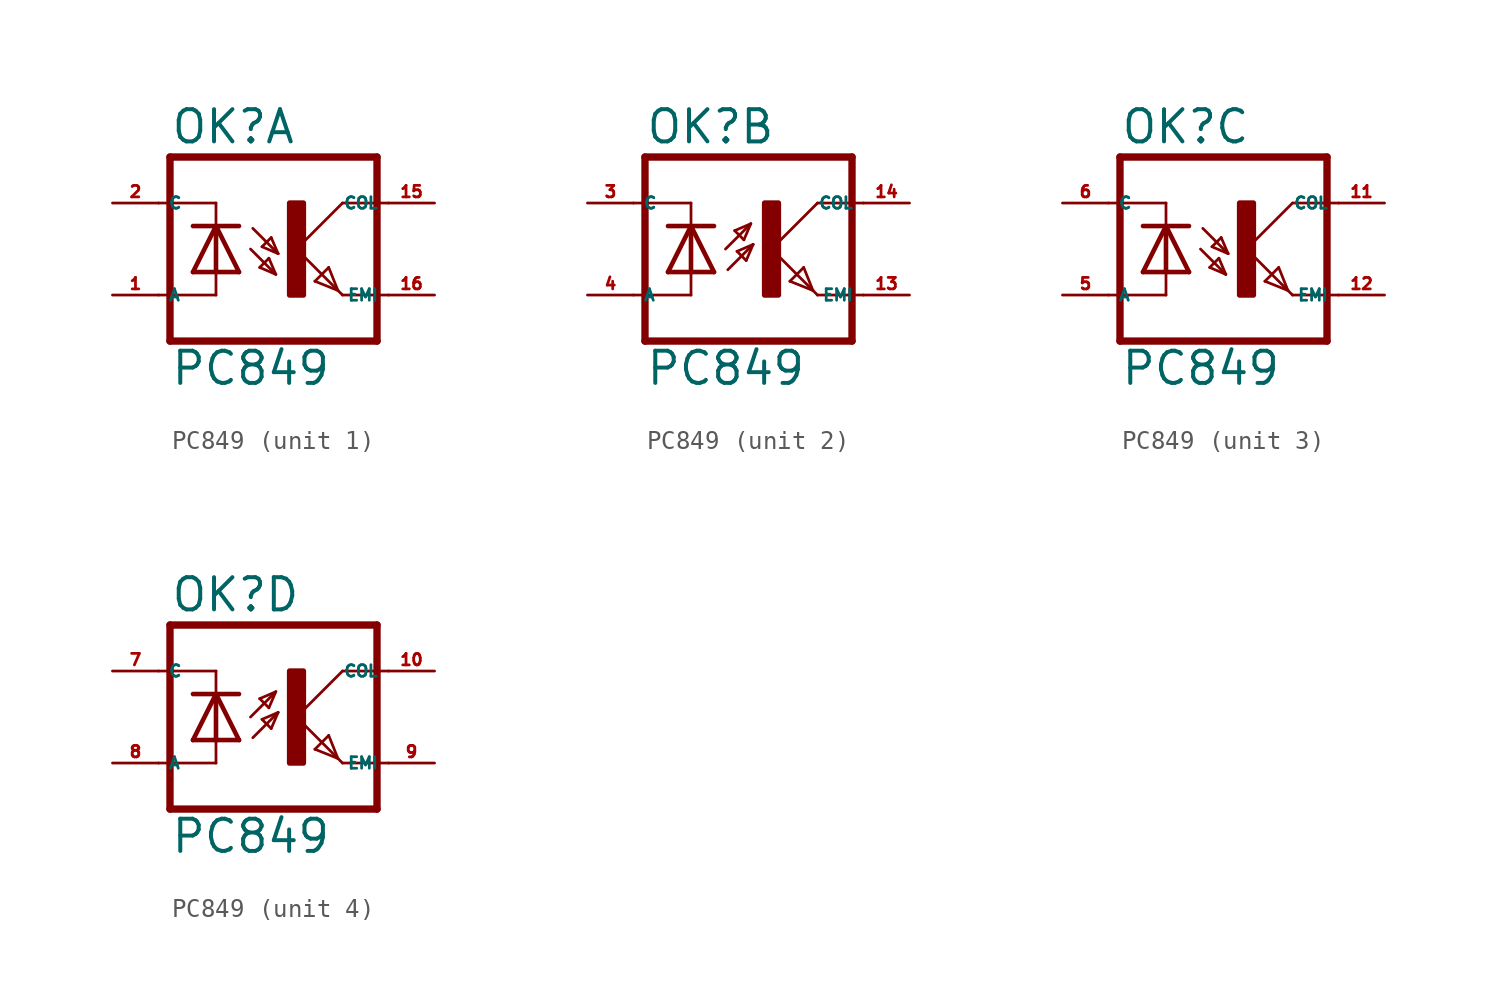
<source format=kicad_sym>
(kicad_symbol_lib
  (version 20220914)
  (generator kicad_symbol_editor)
  (symbol "PC849"
    (property "Reference" "OK"
      (at -6.985 5.715 0)
      (effects (font (size 1.778 1.778) (thickness 0.22)) (justify left bottom)))
    (property "Value" "PC849"
      (at -6.985 -7.62 0)
      (effects (font (size 1.778 1.778) (thickness 0.22)) (justify left bottom)))
    (symbol "PC849_1_0"
      (rectangle (start -0.381 -2.54) (end 0.381 2.54) (stroke (width 0.3) (type default)) (fill (type outline)))
      (polyline (pts (xy -6.985 -5.08) (xy -6.985 5.08)) (stroke (width 0.406) (type default)) (fill (type none)))
      (polyline (pts (xy -6.985 -5.08) (xy 4.445 -5.08)) (stroke (width 0.406) (type default)) (fill (type none)))
      (polyline (pts (xy -6.985 5.08) (xy 4.445 5.08)) (stroke (width 0.406) (type default)) (fill (type none)))
      (polyline (pts (xy -4.445 -2.54) (xy -7.62 -2.54)) (stroke (width 0.152) (type default)) (fill (type none)))
      (polyline (pts (xy -4.445 -2.54) (xy -4.445 -1.27)) (stroke (width 0.152) (type default)) (fill (type none)))
      (polyline (pts (xy -4.445 -1.27) (xy -5.715 -1.27)) (stroke (width 0.254) (type default)) (fill (type none)))
      (polyline (pts (xy -4.445 -1.27) (xy -4.445 1.27)) (stroke (width 0.254) (type default)) (fill (type none)))
      (polyline (pts (xy -4.445 1.27) (xy -5.715 -1.27)) (stroke (width 0.254) (type default)) (fill (type none)))
      (polyline (pts (xy -4.445 1.27) (xy -5.715 1.27)) (stroke (width 0.254) (type default)) (fill (type none)))
      (polyline (pts (xy -4.445 1.27) (xy -4.445 2.54)) (stroke (width 0.152) (type default)) (fill (type none)))
      (polyline (pts (xy -4.445 2.54) (xy -7.62 2.54)) (stroke (width 0.152) (type default)) (fill (type none)))
      (polyline (pts (xy -3.175 -1.27) (xy -4.445 -1.27)) (stroke (width 0.254) (type default)) (fill (type none)))
      (polyline (pts (xy -3.175 -1.27) (xy -4.445 1.27)) (stroke (width 0.254) (type default)) (fill (type none)))
      (polyline (pts (xy -3.175 1.27) (xy -4.445 1.27)) (stroke (width 0.254) (type default)) (fill (type none)))
      (polyline (pts (xy -2.54 0) (xy -1.143 -1.397)) (stroke (width 0.152) (type default)) (fill (type none)))
      (polyline (pts (xy -2.413 1.143) (xy -1.016 -0.254)) (stroke (width 0.152) (type default)) (fill (type none)))
      (polyline (pts (xy -2.032 -1.016) (xy -1.524 -0.508)) (stroke (width 0.152) (type default)) (fill (type none)))
      (polyline (pts (xy -1.905 0.127) (xy -1.397 0.635)) (stroke (width 0.152) (type default)) (fill (type none)))
      (polyline (pts (xy -1.524 -0.508) (xy -1.143 -1.397)) (stroke (width 0.152) (type default)) (fill (type none)))
      (polyline (pts (xy -1.397 0.635) (xy -1.016 -0.254)) (stroke (width 0.152) (type default)) (fill (type none)))
      (polyline (pts (xy -1.143 -1.397) (xy -2.032 -1.016)) (stroke (width 0.152) (type default)) (fill (type none)))
      (polyline (pts (xy -1.016 -0.254) (xy -1.905 0.127)) (stroke (width 0.152) (type default)) (fill (type none)))
      (polyline (pts (xy 0 0) (xy 2.286 -2.286)) (stroke (width 0.152) (type default)) (fill (type none)))
      (polyline (pts (xy 1.016 -1.778) (xy 1.778 -1.016)) (stroke (width 0.152) (type default)) (fill (type none)))
      (polyline (pts (xy 1.778 -1.016) (xy 2.286 -2.286)) (stroke (width 0.152) (type default)) (fill (type none)))
      (polyline (pts (xy 2.286 -2.286) (xy 1.016 -1.778)) (stroke (width 0.152) (type default)) (fill (type none)))
      (polyline (pts (xy 2.286 -2.286) (xy 2.54 -2.54)) (stroke (width 0.152) (type default)) (fill (type none)))
      (polyline (pts (xy 2.54 -2.54) (xy 5.08 -2.54)) (stroke (width 0.152) (type default)) (fill (type none)))
      (polyline (pts (xy 2.54 2.54) (xy 0 0)) (stroke (width 0.152) (type default)) (fill (type none)))
      (polyline (pts (xy 2.54 2.54) (xy 5.08 2.54)) (stroke (width 0.152) (type default)) (fill (type none)))
      (polyline (pts (xy 4.445 -5.08) (xy 4.445 5.08)) (stroke (width 0.406) (type default)) (fill (type none)))
      (pin passive line (at -10.16 -2.54 0) (length 2.54) (name "A" (effects (font (size 0.635 0.635)))) (number "1" (effects (font (size 0.635 0.635)))))
      (pin passive line (at 7.62 2.54 180) (length 2.54) (name "COL" (effects (font (size 0.635 0.635)))) (number "15" (effects (font (size 0.635 0.635)))))
      (pin passive line (at 7.62 -2.54 180) (length 2.54) (name "EMI" (effects (font (size 0.635 0.635)))) (number "16" (effects (font (size 0.635 0.635)))))
      (pin passive line (at -10.16 2.54 0) (length 2.54) (name "C" (effects (font (size 0.635 0.635)))) (number "2" (effects (font (size 0.635 0.635))))))
    (symbol "PC849_2_0"
      (rectangle (start -0.381 -2.54) (end 0.381 2.54) (stroke (width 0.3) (type default)) (fill (type outline)))
      (polyline (pts (xy -6.985 -5.08) (xy 4.445 -5.08)) (stroke (width 0.406) (type default)) (fill (type none)))
      (polyline (pts (xy -6.985 5.08) (xy -6.985 -5.08)) (stroke (width 0.406) (type default)) (fill (type none)))
      (polyline (pts (xy -6.985 5.08) (xy 4.445 5.08)) (stroke (width 0.406) (type default)) (fill (type none)))
      (polyline (pts (xy -4.445 -2.54) (xy -7.62 -2.54)) (stroke (width 0.152) (type default)) (fill (type none)))
      (polyline (pts (xy -4.445 -1.27) (xy -5.715 -1.27)) (stroke (width 0.254) (type default)) (fill (type none)))
      (polyline (pts (xy -4.445 -1.27) (xy -4.445 -2.54)) (stroke (width 0.152) (type default)) (fill (type none)))
      (polyline (pts (xy -4.445 -1.27) (xy -4.445 1.27)) (stroke (width 0.254) (type default)) (fill (type none)))
      (polyline (pts (xy -4.445 1.27) (xy -5.715 -1.27)) (stroke (width 0.254) (type default)) (fill (type none)))
      (polyline (pts (xy -4.445 1.27) (xy -5.715 1.27)) (stroke (width 0.254) (type default)) (fill (type none)))
      (polyline (pts (xy -4.445 2.54) (xy -7.62 2.54)) (stroke (width 0.152) (type default)) (fill (type none)))
      (polyline (pts (xy -4.445 2.54) (xy -4.445 1.27)) (stroke (width 0.152) (type default)) (fill (type none)))
      (polyline (pts (xy -3.175 -1.27) (xy -4.445 -1.27)) (stroke (width 0.254) (type default)) (fill (type none)))
      (polyline (pts (xy -3.175 -1.27) (xy -4.445 1.27)) (stroke (width 0.254) (type default)) (fill (type none)))
      (polyline (pts (xy -3.175 1.27) (xy -4.445 1.27)) (stroke (width 0.254) (type default)) (fill (type none)))
      (polyline (pts (xy -2.54 0) (xy -1.143 1.397)) (stroke (width 0.152) (type default)) (fill (type none)))
      (polyline (pts (xy -2.413 -1.143) (xy -1.016 0.254)) (stroke (width 0.152) (type default)) (fill (type none)))
      (polyline (pts (xy -2.032 1.016) (xy -1.524 0.508)) (stroke (width 0.152) (type default)) (fill (type none)))
      (polyline (pts (xy -1.905 -0.127) (xy -1.397 -0.635)) (stroke (width 0.152) (type default)) (fill (type none)))
      (polyline (pts (xy -1.524 0.508) (xy -1.143 1.397)) (stroke (width 0.152) (type default)) (fill (type none)))
      (polyline (pts (xy -1.397 -0.635) (xy -1.016 0.254)) (stroke (width 0.152) (type default)) (fill (type none)))
      (polyline (pts (xy -1.143 1.397) (xy -2.032 1.016)) (stroke (width 0.152) (type default)) (fill (type none)))
      (polyline (pts (xy -1.016 0.254) (xy -1.905 -0.127)) (stroke (width 0.152) (type default)) (fill (type none)))
      (polyline (pts (xy 0 0) (xy 2.286 -2.286)) (stroke (width 0.152) (type default)) (fill (type none)))
      (polyline (pts (xy 1.016 -1.778) (xy 1.778 -1.016)) (stroke (width 0.152) (type default)) (fill (type none)))
      (polyline (pts (xy 1.778 -1.016) (xy 2.286 -2.286)) (stroke (width 0.152) (type default)) (fill (type none)))
      (polyline (pts (xy 2.286 -2.286) (xy 1.016 -1.778)) (stroke (width 0.152) (type default)) (fill (type none)))
      (polyline (pts (xy 2.286 -2.286) (xy 2.54 -2.54)) (stroke (width 0.152) (type default)) (fill (type none)))
      (polyline (pts (xy 2.54 -2.54) (xy 5.08 -2.54)) (stroke (width 0.152) (type default)) (fill (type none)))
      (polyline (pts (xy 2.54 2.54) (xy 0 0)) (stroke (width 0.152) (type default)) (fill (type none)))
      (polyline (pts (xy 2.54 2.54) (xy 5.08 2.54)) (stroke (width 0.152) (type default)) (fill (type none)))
      (polyline (pts (xy 4.445 5.08) (xy 4.445 -5.08)) (stroke (width 0.406) (type default)) (fill (type none)))
      (pin passive line (at 7.62 -2.54 180) (length 2.54) (name "EMI" (effects (font (size 0.635 0.635)))) (number "13" (effects (font (size 0.635 0.635)))))
      (pin passive line (at 7.62 2.54 180) (length 2.54) (name "COL" (effects (font (size 0.635 0.635)))) (number "14" (effects (font (size 0.635 0.635)))))
      (pin passive line (at -10.16 2.54 0) (length 2.54) (name "C" (effects (font (size 0.635 0.635)))) (number "3" (effects (font (size 0.635 0.635)))))
      (pin passive line (at -10.16 -2.54 0) (length 2.54) (name "A" (effects (font (size 0.635 0.635)))) (number "4" (effects (font (size 0.635 0.635))))))
    (symbol "PC849_3_0"
      (rectangle (start -0.381 -2.54) (end 0.381 2.54) (stroke (width 0.3) (type default)) (fill (type outline)))
      (polyline (pts (xy -6.985 -5.08) (xy -6.985 5.08)) (stroke (width 0.406) (type default)) (fill (type none)))
      (polyline (pts (xy -6.985 -5.08) (xy 4.445 -5.08)) (stroke (width 0.406) (type default)) (fill (type none)))
      (polyline (pts (xy -6.985 5.08) (xy 4.445 5.08)) (stroke (width 0.406) (type default)) (fill (type none)))
      (polyline (pts (xy -4.445 -2.54) (xy -7.62 -2.54)) (stroke (width 0.152) (type default)) (fill (type none)))
      (polyline (pts (xy -4.445 -2.54) (xy -4.445 -1.27)) (stroke (width 0.152) (type default)) (fill (type none)))
      (polyline (pts (xy -4.445 -1.27) (xy -5.715 -1.27)) (stroke (width 0.254) (type default)) (fill (type none)))
      (polyline (pts (xy -4.445 -1.27) (xy -4.445 1.27)) (stroke (width 0.254) (type default)) (fill (type none)))
      (polyline (pts (xy -4.445 1.27) (xy -5.715 -1.27)) (stroke (width 0.254) (type default)) (fill (type none)))
      (polyline (pts (xy -4.445 1.27) (xy -5.715 1.27)) (stroke (width 0.254) (type default)) (fill (type none)))
      (polyline (pts (xy -4.445 1.27) (xy -4.445 2.54)) (stroke (width 0.152) (type default)) (fill (type none)))
      (polyline (pts (xy -4.445 2.54) (xy -7.62 2.54)) (stroke (width 0.152) (type default)) (fill (type none)))
      (polyline (pts (xy -3.175 -1.27) (xy -4.445 -1.27)) (stroke (width 0.254) (type default)) (fill (type none)))
      (polyline (pts (xy -3.175 -1.27) (xy -4.445 1.27)) (stroke (width 0.254) (type default)) (fill (type none)))
      (polyline (pts (xy -3.175 1.27) (xy -4.445 1.27)) (stroke (width 0.254) (type default)) (fill (type none)))
      (polyline (pts (xy -2.54 0) (xy -1.143 -1.397)) (stroke (width 0.152) (type default)) (fill (type none)))
      (polyline (pts (xy -2.413 1.143) (xy -1.016 -0.254)) (stroke (width 0.152) (type default)) (fill (type none)))
      (polyline (pts (xy -2.032 -1.016) (xy -1.524 -0.508)) (stroke (width 0.152) (type default)) (fill (type none)))
      (polyline (pts (xy -1.905 0.127) (xy -1.397 0.635)) (stroke (width 0.152) (type default)) (fill (type none)))
      (polyline (pts (xy -1.524 -0.508) (xy -1.143 -1.397)) (stroke (width 0.152) (type default)) (fill (type none)))
      (polyline (pts (xy -1.397 0.635) (xy -1.016 -0.254)) (stroke (width 0.152) (type default)) (fill (type none)))
      (polyline (pts (xy -1.143 -1.397) (xy -2.032 -1.016)) (stroke (width 0.152) (type default)) (fill (type none)))
      (polyline (pts (xy -1.016 -0.254) (xy -1.905 0.127)) (stroke (width 0.152) (type default)) (fill (type none)))
      (polyline (pts (xy 0 0) (xy 2.286 -2.286)) (stroke (width 0.152) (type default)) (fill (type none)))
      (polyline (pts (xy 1.016 -1.778) (xy 1.778 -1.016)) (stroke (width 0.152) (type default)) (fill (type none)))
      (polyline (pts (xy 1.778 -1.016) (xy 2.286 -2.286)) (stroke (width 0.152) (type default)) (fill (type none)))
      (polyline (pts (xy 2.286 -2.286) (xy 1.016 -1.778)) (stroke (width 0.152) (type default)) (fill (type none)))
      (polyline (pts (xy 2.286 -2.286) (xy 2.54 -2.54)) (stroke (width 0.152) (type default)) (fill (type none)))
      (polyline (pts (xy 2.54 -2.54) (xy 5.08 -2.54)) (stroke (width 0.152) (type default)) (fill (type none)))
      (polyline (pts (xy 2.54 2.54) (xy 0 0)) (stroke (width 0.152) (type default)) (fill (type none)))
      (polyline (pts (xy 2.54 2.54) (xy 5.08 2.54)) (stroke (width 0.152) (type default)) (fill (type none)))
      (polyline (pts (xy 4.445 -5.08) (xy 4.445 5.08)) (stroke (width 0.406) (type default)) (fill (type none)))
      (pin passive line (at 7.62 2.54 180) (length 2.54) (name "COL" (effects (font (size 0.635 0.635)))) (number "11" (effects (font (size 0.635 0.635)))))
      (pin passive line (at 7.62 -2.54 180) (length 2.54) (name "EMI" (effects (font (size 0.635 0.635)))) (number "12" (effects (font (size 0.635 0.635)))))
      (pin passive line (at -10.16 -2.54 0) (length 2.54) (name "A" (effects (font (size 0.635 0.635)))) (number "5" (effects (font (size 0.635 0.635)))))
      (pin passive line (at -10.16 2.54 0) (length 2.54) (name "C" (effects (font (size 0.635 0.635)))) (number "6" (effects (font (size 0.635 0.635))))))
    (symbol "PC849_4_0"
      (rectangle (start -0.381 -2.54) (end 0.381 2.54) (stroke (width 0.3) (type default)) (fill (type outline)))
      (polyline (pts (xy -6.985 -5.08) (xy 4.445 -5.08)) (stroke (width 0.406) (type default)) (fill (type none)))
      (polyline (pts (xy -6.985 5.08) (xy -6.985 -5.08)) (stroke (width 0.406) (type default)) (fill (type none)))
      (polyline (pts (xy -6.985 5.08) (xy 4.445 5.08)) (stroke (width 0.406) (type default)) (fill (type none)))
      (polyline (pts (xy -4.445 -2.54) (xy -7.62 -2.54)) (stroke (width 0.152) (type default)) (fill (type none)))
      (polyline (pts (xy -4.445 -1.27) (xy -5.715 -1.27)) (stroke (width 0.254) (type default)) (fill (type none)))
      (polyline (pts (xy -4.445 -1.27) (xy -4.445 -2.54)) (stroke (width 0.152) (type default)) (fill (type none)))
      (polyline (pts (xy -4.445 -1.27) (xy -4.445 1.27)) (stroke (width 0.254) (type default)) (fill (type none)))
      (polyline (pts (xy -4.445 1.27) (xy -5.715 -1.27)) (stroke (width 0.254) (type default)) (fill (type none)))
      (polyline (pts (xy -4.445 1.27) (xy -5.715 1.27)) (stroke (width 0.254) (type default)) (fill (type none)))
      (polyline (pts (xy -4.445 2.54) (xy -7.62 2.54)) (stroke (width 0.152) (type default)) (fill (type none)))
      (polyline (pts (xy -4.445 2.54) (xy -4.445 1.27)) (stroke (width 0.152) (type default)) (fill (type none)))
      (polyline (pts (xy -3.175 -1.27) (xy -4.445 -1.27)) (stroke (width 0.254) (type default)) (fill (type none)))
      (polyline (pts (xy -3.175 -1.27) (xy -4.445 1.27)) (stroke (width 0.254) (type default)) (fill (type none)))
      (polyline (pts (xy -3.175 1.27) (xy -4.445 1.27)) (stroke (width 0.254) (type default)) (fill (type none)))
      (polyline (pts (xy -2.54 0) (xy -1.143 1.397)) (stroke (width 0.152) (type default)) (fill (type none)))
      (polyline (pts (xy -2.413 -1.143) (xy -1.016 0.254)) (stroke (width 0.152) (type default)) (fill (type none)))
      (polyline (pts (xy -2.032 1.016) (xy -1.524 0.508)) (stroke (width 0.152) (type default)) (fill (type none)))
      (polyline (pts (xy -1.905 -0.127) (xy -1.397 -0.635)) (stroke (width 0.152) (type default)) (fill (type none)))
      (polyline (pts (xy -1.524 0.508) (xy -1.143 1.397)) (stroke (width 0.152) (type default)) (fill (type none)))
      (polyline (pts (xy -1.397 -0.635) (xy -1.016 0.254)) (stroke (width 0.152) (type default)) (fill (type none)))
      (polyline (pts (xy -1.143 1.397) (xy -2.032 1.016)) (stroke (width 0.152) (type default)) (fill (type none)))
      (polyline (pts (xy -1.016 0.254) (xy -1.905 -0.127)) (stroke (width 0.152) (type default)) (fill (type none)))
      (polyline (pts (xy 0 0) (xy 2.286 -2.286)) (stroke (width 0.152) (type default)) (fill (type none)))
      (polyline (pts (xy 1.016 -1.778) (xy 1.778 -1.016)) (stroke (width 0.152) (type default)) (fill (type none)))
      (polyline (pts (xy 1.778 -1.016) (xy 2.286 -2.286)) (stroke (width 0.152) (type default)) (fill (type none)))
      (polyline (pts (xy 2.286 -2.286) (xy 1.016 -1.778)) (stroke (width 0.152) (type default)) (fill (type none)))
      (polyline (pts (xy 2.286 -2.286) (xy 2.54 -2.54)) (stroke (width 0.152) (type default)) (fill (type none)))
      (polyline (pts (xy 2.54 -2.54) (xy 5.08 -2.54)) (stroke (width 0.152) (type default)) (fill (type none)))
      (polyline (pts (xy 2.54 2.54) (xy 0 0)) (stroke (width 0.152) (type default)) (fill (type none)))
      (polyline (pts (xy 2.54 2.54) (xy 5.08 2.54)) (stroke (width 0.152) (type default)) (fill (type none)))
      (polyline (pts (xy 4.445 5.08) (xy 4.445 -5.08)) (stroke (width 0.406) (type default)) (fill (type none)))
      (pin passive line (at 7.62 2.54 180) (length 2.54) (name "COL" (effects (font (size 0.635 0.635)))) (number "10" (effects (font (size 0.635 0.635)))))
      (pin passive line (at -10.16 2.54 0) (length 2.54) (name "C" (effects (font (size 0.635 0.635)))) (number "7" (effects (font (size 0.635 0.635)))))
      (pin passive line (at -10.16 -2.54 0) (length 2.54) (name "A" (effects (font (size 0.635 0.635)))) (number "8" (effects (font (size 0.635 0.635)))))
      (pin passive line (at 7.62 -2.54 180) (length 2.54) (name "EMI" (effects (font (size 0.635 0.635)))) (number "9" (effects (font (size 0.635 0.635))))))))
</source>
